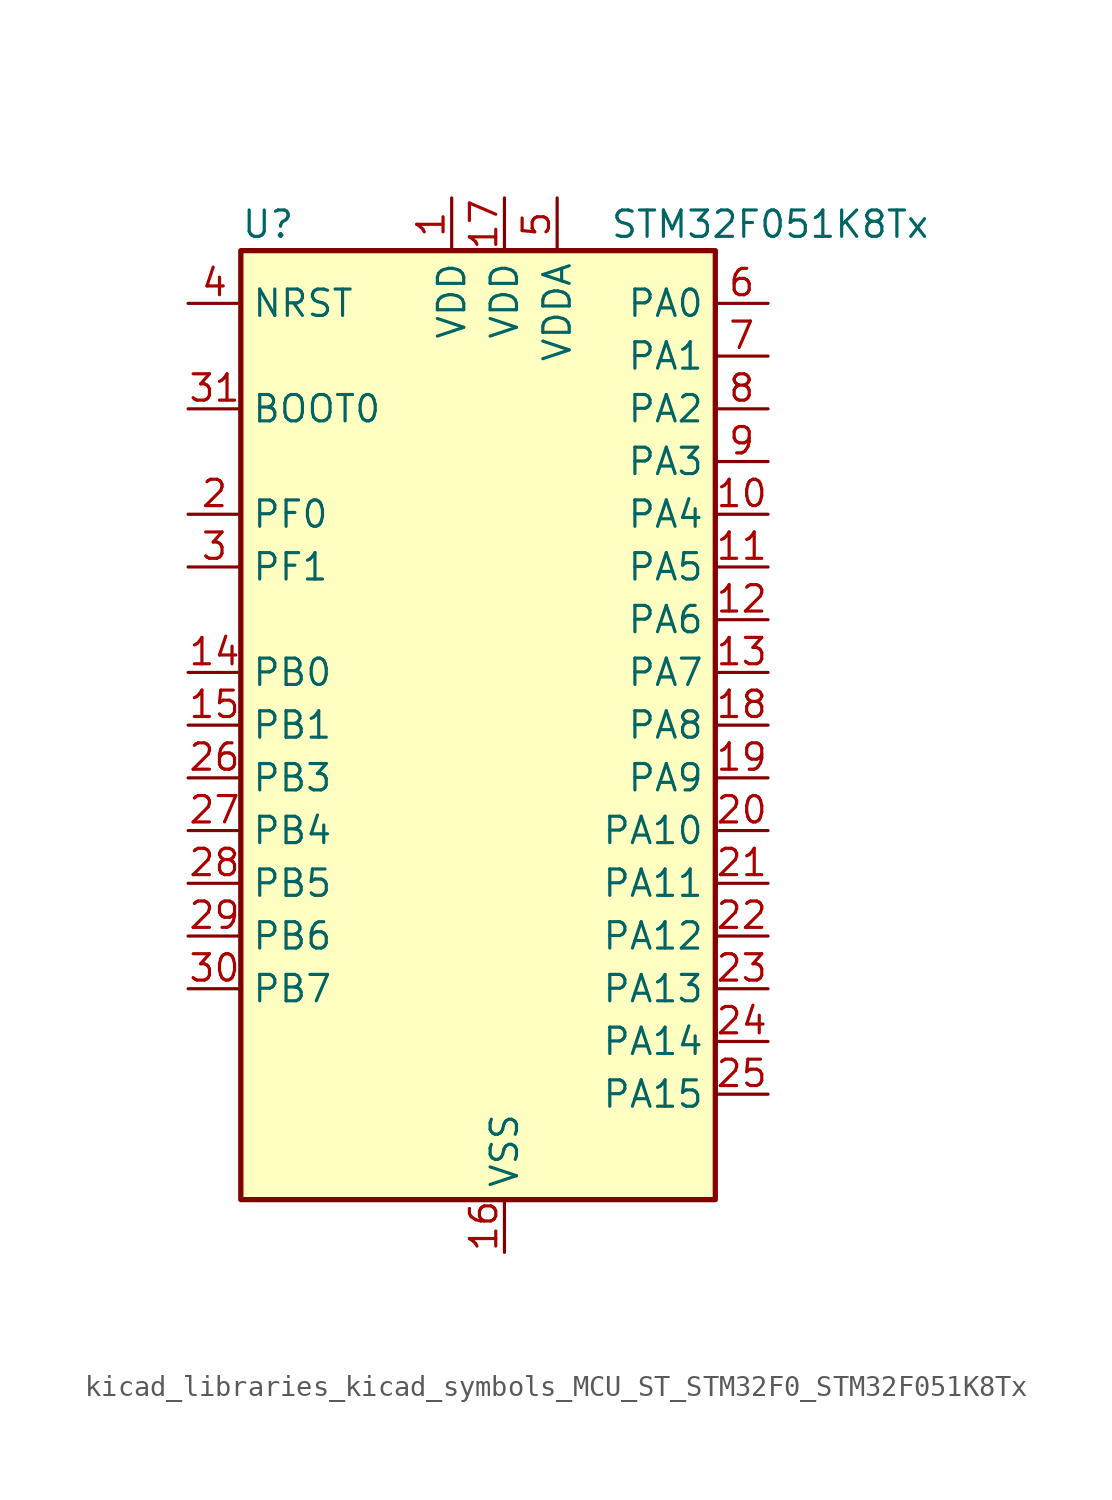
<source format=kicad_sym>
(kicad_symbol_lib
  (version 20220914)
  (generator kicad_symbol_editor)
  (symbol "kicad_libraries_kicad_symbols_MCU_ST_STM32F0_STM32F051K8Tx"
    (property "Reference" "U"
      (at -10.16 24.13 0)
      (effects (font (size 1.27 1.27)) (justify left)))
    (property "Value" "STM32F051K8Tx"
      (at 7.62 24.13 0)
      (effects (font (size 1.27 1.27)) (justify left)))
    (property "ki_locked" ""
      (at 0 0 0)
      (effects (font (size 1.27 1.27))))
    (symbol "kicad_libraries_kicad_symbols_MCU_ST_STM32F0_STM32F051K8Tx_0_1"
      (rectangle (start -10.16 -22.86) (end 12.7 22.86) (stroke (width 0.254) (type default)) (fill (type background))))
    (symbol "kicad_libraries_kicad_symbols_MCU_ST_STM32F0_STM32F051K8Tx_1_1"
      (pin power_in line (at 0 25.4 270) (length 2.54) (name "VDD" (effects (font (size 1.27 1.27)))) (number "1" (effects (font (size 1.27 1.27)))))
      (pin bidirectional line (at 15.24 10.16 180) (length 2.54) (name "PA4" (effects (font (size 1.27 1.27)))) (number "10" (effects (font (size 1.27 1.27)))) (alternate "ADC_IN4" bidirectional line) (alternate "COMP1_INM" bidirectional line) (alternate "COMP2_INM" bidirectional line) (alternate "DAC1_OUT1" bidirectional line) (alternate "I2S1_WS" bidirectional line) (alternate "SPI1_NSS" bidirectional line) (alternate "TIM14_CH1" bidirectional line) (alternate "TSC_G2_IO1" bidirectional line) (alternate "USART2_CK" bidirectional line))
      (pin bidirectional line (at 15.24 7.62 180) (length 2.54) (name "PA5" (effects (font (size 1.27 1.27)))) (number "11" (effects (font (size 1.27 1.27)))) (alternate "ADC_IN5" bidirectional line) (alternate "CEC" bidirectional line) (alternate "COMP1_INM" bidirectional line) (alternate "COMP2_INM" bidirectional line) (alternate "I2S1_CK" bidirectional line) (alternate "SPI1_SCK" bidirectional line) (alternate "TIM2_CH1" bidirectional line) (alternate "TIM2_ETR" bidirectional line) (alternate "TSC_G2_IO2" bidirectional line))
      (pin bidirectional line (at 15.24 5.08 180) (length 2.54) (name "PA6" (effects (font (size 1.27 1.27)))) (number "12" (effects (font (size 1.27 1.27)))) (alternate "ADC_IN6" bidirectional line) (alternate "COMP1_OUT" bidirectional line) (alternate "I2S1_MCK" bidirectional line) (alternate "SPI1_MISO" bidirectional line) (alternate "TIM16_CH1" bidirectional line) (alternate "TIM1_BKIN" bidirectional line) (alternate "TIM3_CH1" bidirectional line) (alternate "TSC_G2_IO3" bidirectional line))
      (pin bidirectional line (at 15.24 2.54 180) (length 2.54) (name "PA7" (effects (font (size 1.27 1.27)))) (number "13" (effects (font (size 1.27 1.27)))) (alternate "ADC_IN7" bidirectional line) (alternate "COMP2_OUT" bidirectional line) (alternate "I2S1_SD" bidirectional line) (alternate "SPI1_MOSI" bidirectional line) (alternate "TIM14_CH1" bidirectional line) (alternate "TIM17_CH1" bidirectional line) (alternate "TIM1_CH1N" bidirectional line) (alternate "TIM3_CH2" bidirectional line) (alternate "TSC_G2_IO4" bidirectional line))
      (pin bidirectional line (at -12.7 2.54 0) (length 2.54) (name "PB0" (effects (font (size 1.27 1.27)))) (number "14" (effects (font (size 1.27 1.27)))) (alternate "ADC_IN8" bidirectional line) (alternate "TIM1_CH2N" bidirectional line) (alternate "TIM3_CH3" bidirectional line) (alternate "TSC_G3_IO2" bidirectional line))
      (pin bidirectional line (at -12.7 0 0) (length 2.54) (name "PB1" (effects (font (size 1.27 1.27)))) (number "15" (effects (font (size 1.27 1.27)))) (alternate "ADC_IN9" bidirectional line) (alternate "TIM14_CH1" bidirectional line) (alternate "TIM1_CH3N" bidirectional line) (alternate "TIM3_CH4" bidirectional line) (alternate "TSC_G3_IO3" bidirectional line))
      (pin power_in line (at 2.54 -25.4 90) (length 2.54) (name "VSS" (effects (font (size 1.27 1.27)))) (number "16" (effects (font (size 1.27 1.27)))))
      (pin power_in line (at 2.54 25.4 270) (length 2.54) (name "VDD" (effects (font (size 1.27 1.27)))) (number "17" (effects (font (size 1.27 1.27)))))
      (pin bidirectional line (at 15.24 0 180) (length 2.54) (name "PA8" (effects (font (size 1.27 1.27)))) (number "18" (effects (font (size 1.27 1.27)))) (alternate "RCC_MCO" bidirectional line) (alternate "TIM1_CH1" bidirectional line) (alternate "USART1_CK" bidirectional line))
      (pin bidirectional line (at 15.24 -2.54 180) (length 2.54) (name "PA9" (effects (font (size 1.27 1.27)))) (number "19" (effects (font (size 1.27 1.27)))) (alternate "DAC1_EXTI9" bidirectional line) (alternate "TIM15_BKIN" bidirectional line) (alternate "TIM1_CH2" bidirectional line) (alternate "TSC_G4_IO1" bidirectional line) (alternate "USART1_TX" bidirectional line))
      (pin bidirectional line (at -12.7 10.16 0) (length 2.54) (name "PF0" (effects (font (size 1.27 1.27)))) (number "2" (effects (font (size 1.27 1.27)))) (alternate "RCC_OSC_IN" bidirectional line))
      (pin bidirectional line (at 15.24 -5.08 180) (length 2.54) (name "PA10" (effects (font (size 1.27 1.27)))) (number "20" (effects (font (size 1.27 1.27)))) (alternate "TIM17_BKIN" bidirectional line) (alternate "TIM1_CH3" bidirectional line) (alternate "TSC_G4_IO2" bidirectional line) (alternate "USART1_RX" bidirectional line))
      (pin bidirectional line (at 15.24 -7.62 180) (length 2.54) (name "PA11" (effects (font (size 1.27 1.27)))) (number "21" (effects (font (size 1.27 1.27)))) (alternate "COMP1_OUT" bidirectional line) (alternate "TIM1_CH4" bidirectional line) (alternate "TSC_G4_IO3" bidirectional line) (alternate "USART1_CTS" bidirectional line))
      (pin bidirectional line (at 15.24 -10.16 180) (length 2.54) (name "PA12" (effects (font (size 1.27 1.27)))) (number "22" (effects (font (size 1.27 1.27)))) (alternate "COMP2_OUT" bidirectional line) (alternate "TIM1_ETR" bidirectional line) (alternate "TSC_G4_IO4" bidirectional line) (alternate "USART1_DE" bidirectional line) (alternate "USART1_RTS" bidirectional line))
      (pin bidirectional line (at 15.24 -12.7 180) (length 2.54) (name "PA13" (effects (font (size 1.27 1.27)))) (number "23" (effects (font (size 1.27 1.27)))) (alternate "IR_OUT" bidirectional line) (alternate "SYS_SWDIO" bidirectional line))
      (pin bidirectional line (at 15.24 -15.24 180) (length 2.54) (name "PA14" (effects (font (size 1.27 1.27)))) (number "24" (effects (font (size 1.27 1.27)))) (alternate "SYS_SWCLK" bidirectional line) (alternate "USART2_TX" bidirectional line))
      (pin bidirectional line (at 15.24 -17.78 180) (length 2.54) (name "PA15" (effects (font (size 1.27 1.27)))) (number "25" (effects (font (size 1.27 1.27)))) (alternate "I2S1_WS" bidirectional line) (alternate "SPI1_NSS" bidirectional line) (alternate "TIM2_CH1" bidirectional line) (alternate "TIM2_ETR" bidirectional line) (alternate "USART2_RX" bidirectional line))
      (pin bidirectional line (at -12.7 -2.54 0) (length 2.54) (name "PB3" (effects (font (size 1.27 1.27)))) (number "26" (effects (font (size 1.27 1.27)))) (alternate "I2S1_CK" bidirectional line) (alternate "SPI1_SCK" bidirectional line) (alternate "TIM2_CH2" bidirectional line) (alternate "TSC_G5_IO1" bidirectional line))
      (pin bidirectional line (at -12.7 -5.08 0) (length 2.54) (name "PB4" (effects (font (size 1.27 1.27)))) (number "27" (effects (font (size 1.27 1.27)))) (alternate "I2S1_MCK" bidirectional line) (alternate "SPI1_MISO" bidirectional line) (alternate "TIM3_CH1" bidirectional line) (alternate "TSC_G5_IO2" bidirectional line))
      (pin bidirectional line (at -12.7 -7.62 0) (length 2.54) (name "PB5" (effects (font (size 1.27 1.27)))) (number "28" (effects (font (size 1.27 1.27)))) (alternate "I2C1_SMBA" bidirectional line) (alternate "I2S1_SD" bidirectional line) (alternate "SPI1_MOSI" bidirectional line) (alternate "TIM16_BKIN" bidirectional line) (alternate "TIM3_CH2" bidirectional line))
      (pin bidirectional line (at -12.7 -10.16 0) (length 2.54) (name "PB6" (effects (font (size 1.27 1.27)))) (number "29" (effects (font (size 1.27 1.27)))) (alternate "I2C1_SCL" bidirectional line) (alternate "TIM16_CH1N" bidirectional line) (alternate "TSC_G5_IO3" bidirectional line) (alternate "USART1_TX" bidirectional line))
      (pin bidirectional line (at -12.7 7.62 0) (length 2.54) (name "PF1" (effects (font (size 1.27 1.27)))) (number "3" (effects (font (size 1.27 1.27)))) (alternate "RCC_OSC_OUT" bidirectional line))
      (pin bidirectional line (at -12.7 -12.7 0) (length 2.54) (name "PB7" (effects (font (size 1.27 1.27)))) (number "30" (effects (font (size 1.27 1.27)))) (alternate "I2C1_SDA" bidirectional line) (alternate "TIM17_CH1N" bidirectional line) (alternate "TSC_G5_IO4" bidirectional line) (alternate "USART1_RX" bidirectional line))
      (pin input line (at -12.7 15.24 0) (length 2.54) (name "BOOT0" (effects (font (size 1.27 1.27)))) (number "31" (effects (font (size 1.27 1.27)))))
      (pin passive line (at 2.54 -25.4 90) (length 2.54) hide (name "VSS" (effects (font (size 1.27 1.27)))) (number "32" (effects (font (size 1.27 1.27)))))
      (pin input line (at -12.7 20.32 0) (length 2.54) (name "NRST" (effects (font (size 1.27 1.27)))) (number "4" (effects (font (size 1.27 1.27)))))
      (pin power_in line (at 5.08 25.4 270) (length 2.54) (name "VDDA" (effects (font (size 1.27 1.27)))) (number "5" (effects (font (size 1.27 1.27)))))
      (pin bidirectional line (at 15.24 20.32 180) (length 2.54) (name "PA0" (effects (font (size 1.27 1.27)))) (number "6" (effects (font (size 1.27 1.27)))) (alternate "ADC_IN0" bidirectional line) (alternate "COMP1_INM" bidirectional line) (alternate "COMP1_OUT" bidirectional line) (alternate "RTC_TAMP2" bidirectional line) (alternate "SYS_WKUP1" bidirectional line) (alternate "TIM2_CH1" bidirectional line) (alternate "TIM2_ETR" bidirectional line) (alternate "TSC_G1_IO1" bidirectional line) (alternate "USART2_CTS" bidirectional line))
      (pin bidirectional line (at 15.24 17.78 180) (length 2.54) (name "PA1" (effects (font (size 1.27 1.27)))) (number "7" (effects (font (size 1.27 1.27)))) (alternate "ADC_IN1" bidirectional line) (alternate "COMP1_INP" bidirectional line) (alternate "TIM2_CH2" bidirectional line) (alternate "TSC_G1_IO2" bidirectional line) (alternate "USART2_DE" bidirectional line) (alternate "USART2_RTS" bidirectional line))
      (pin bidirectional line (at 15.24 15.24 180) (length 2.54) (name "PA2" (effects (font (size 1.27 1.27)))) (number "8" (effects (font (size 1.27 1.27)))) (alternate "ADC_IN2" bidirectional line) (alternate "COMP2_INM" bidirectional line) (alternate "COMP2_OUT" bidirectional line) (alternate "TIM15_CH1" bidirectional line) (alternate "TIM2_CH3" bidirectional line) (alternate "TSC_G1_IO3" bidirectional line) (alternate "USART2_TX" bidirectional line))
      (pin bidirectional line (at 15.24 12.7 180) (length 2.54) (name "PA3" (effects (font (size 1.27 1.27)))) (number "9" (effects (font (size 1.27 1.27)))) (alternate "ADC_IN3" bidirectional line) (alternate "COMP2_INP" bidirectional line) (alternate "TIM15_CH2" bidirectional line) (alternate "TIM2_CH4" bidirectional line) (alternate "TSC_G1_IO4" bidirectional line) (alternate "USART2_RX" bidirectional line)))))
</source>
